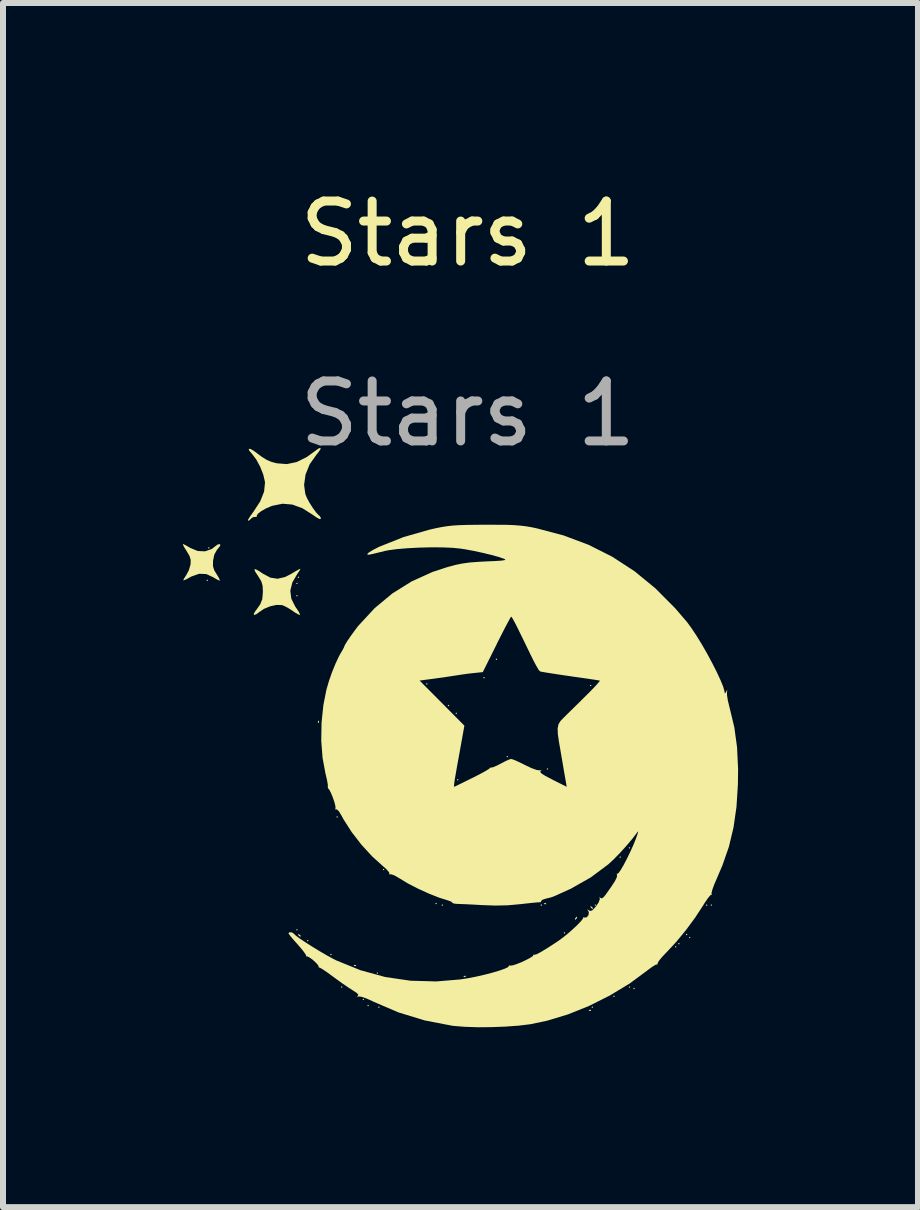
<source format=kicad_pcb>
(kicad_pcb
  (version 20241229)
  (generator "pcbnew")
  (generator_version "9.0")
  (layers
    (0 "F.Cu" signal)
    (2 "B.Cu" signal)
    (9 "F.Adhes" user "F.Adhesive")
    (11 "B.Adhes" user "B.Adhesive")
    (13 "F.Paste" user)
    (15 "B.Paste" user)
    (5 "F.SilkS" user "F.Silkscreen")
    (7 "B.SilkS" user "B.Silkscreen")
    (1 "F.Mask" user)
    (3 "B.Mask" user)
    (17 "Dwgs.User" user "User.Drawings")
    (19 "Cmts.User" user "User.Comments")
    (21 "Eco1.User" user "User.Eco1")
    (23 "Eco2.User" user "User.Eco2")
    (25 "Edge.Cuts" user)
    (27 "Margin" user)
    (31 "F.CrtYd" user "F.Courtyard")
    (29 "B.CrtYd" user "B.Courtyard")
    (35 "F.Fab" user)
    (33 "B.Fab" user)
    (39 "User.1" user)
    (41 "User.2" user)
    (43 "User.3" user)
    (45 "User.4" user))
  (footprint "Stars 1"
    (layer "F.Cu")
    (at 4.751 1.348)
    (property "Reference" "Stars 1" (at 0 -0.5 0) (unlocked yes) (layer "F.SilkS") (effects (font (size 1 1) (thickness 0.15))))
    (attr smd)
    (fp_poly (pts (xy -4.332 5.279) (xy -4.345 5.292) (xy -4.358 5.279) (xy -4.345 5.267)) (stroke (width 0) (type solid)) (fill yes) (layer "F.SilkS"))
    (fp_poly (pts (xy -4.306 4.738) (xy -4.319 4.751) (xy -4.332 4.738) (xy -4.319 4.725)) (stroke (width 0) (type solid)) (fill yes) (layer "F.SilkS"))
    (fp_poly (pts (xy -2.837 5.331) (xy -2.849 5.344) (xy -2.862 5.331) (xy -2.849 5.318)) (stroke (width 0) (type solid)) (fill yes) (layer "F.SilkS"))
    (fp_poly (pts (xy -2.837 5.537) (xy -2.849 5.55) (xy -2.862 5.537) (xy -2.849 5.524)) (stroke (width 0) (type solid)) (fill yes) (layer "F.SilkS"))
    (fp_poly (pts (xy -2.837 11.107) (xy -2.849 11.12) (xy -2.862 11.107) (xy -2.849 11.094)) (stroke (width 0) (type solid)) (fill yes) (layer "F.SilkS"))
    (fp_poly (pts (xy -2.811 5.228) (xy -2.824 5.241) (xy -2.837 5.228) (xy -2.824 5.215)) (stroke (width 0) (type solid)) (fill yes) (layer "F.SilkS"))
    (fp_poly (pts (xy -2.656 11.288) (xy -2.669 11.301) (xy -2.682 11.288) (xy -2.669 11.275)) (stroke (width 0) (type solid)) (fill yes) (layer "F.SilkS"))
    (fp_poly (pts (xy -2.269 11.52) (xy -2.282 11.533) (xy -2.295 11.52) (xy -2.282 11.507)) (stroke (width 0) (type solid)) (fill yes) (layer "F.SilkS"))
    (fp_poly (pts (xy -2.166 9.225) (xy -2.179 9.238) (xy -2.192 9.225) (xy -2.179 9.212)) (stroke (width 0) (type solid)) (fill yes) (layer "F.SilkS"))
    (fp_poly (pts (xy -2.089 12.061) (xy -2.102 12.074) (xy -2.115 12.061) (xy -2.102 12.049)) (stroke (width 0) (type solid)) (fill yes) (layer "F.SilkS"))
    (fp_poly (pts (xy -1.728 12.268) (xy -1.741 12.281) (xy -1.754 12.268) (xy -1.741 12.255)) (stroke (width 0) (type solid)) (fill yes) (layer "F.SilkS"))
    (fp_poly (pts (xy -1.65 12.371) (xy -1.663 12.384) (xy -1.676 12.371) (xy -1.663 12.358)) (stroke (width 0) (type solid)) (fill yes) (layer "F.SilkS"))
    (fp_poly (pts (xy -1.496 11.829) (xy -1.509 11.842) (xy -1.521 11.829) (xy -1.509 11.816)) (stroke (width 0) (type solid)) (fill yes) (layer "F.SilkS"))
    (fp_poly (pts (xy -1.47 12.397) (xy -1.483 12.41) (xy -1.496 12.397) (xy -1.483 12.384)) (stroke (width 0) (type solid)) (fill yes) (layer "F.SilkS"))
    (fp_poly (pts (xy -1.392 10.102) (xy -1.405 10.115) (xy -1.418 10.102) (xy -1.405 10.089)) (stroke (width 0) (type solid)) (fill yes) (layer "F.SilkS"))
    (fp_poly (pts (xy -0.67 7.007) (xy -0.683 7.02) (xy -0.696 7.007) (xy -0.683 6.994)) (stroke (width 0) (type solid)) (fill yes) (layer "F.SilkS"))
    (fp_poly (pts (xy -0.516 10.669) (xy -0.529 10.682) (xy -0.542 10.669) (xy -0.529 10.656)) (stroke (width 0) (type solid)) (fill yes) (layer "F.SilkS"))
    (fp_poly (pts (xy -0.413 10.695) (xy -0.425 10.708) (xy -0.438 10.695) (xy -0.425 10.682)) (stroke (width 0) (type solid)) (fill yes) (layer "F.SilkS"))
    (fp_poly (pts (xy -0.309 7.368) (xy -0.322 7.381) (xy -0.335 7.368) (xy -0.322 7.355)) (stroke (width 0) (type solid)) (fill yes) (layer "F.SilkS"))
    (fp_poly (pts (xy -0.181 7.497) (xy -0.193 7.51) (xy -0.206 7.497) (xy -0.193 7.484)) (stroke (width 0) (type solid)) (fill yes) (layer "F.SilkS"))
    (fp_poly (pts (xy -0.155 8.606) (xy -0.168 8.619) (xy -0.181 8.606) (xy -0.168 8.593)) (stroke (width 0) (type solid)) (fill yes) (layer "F.SilkS"))
    (fp_poly (pts (xy 0.284 6.904) (xy 0.271 6.917) (xy 0.258 6.904) (xy 0.271 6.891)) (stroke (width 0) (type solid)) (fill yes) (layer "F.SilkS"))
    (fp_poly (pts (xy 0.49 6.595) (xy 0.477 6.608) (xy 0.464 6.595) (xy 0.477 6.582)) (stroke (width 0) (type solid)) (fill yes) (layer "F.SilkS"))
    (fp_poly (pts (xy 0.67 8.219) (xy 0.658 8.232) (xy 0.645 8.219) (xy 0.658 8.206)) (stroke (width 0) (type solid)) (fill yes) (layer "F.SilkS"))
    (fp_poly (pts (xy 1.238 10.695) (xy 1.225 10.708) (xy 1.212 10.695) (xy 1.225 10.682)) (stroke (width 0) (type solid)) (fill yes) (layer "F.SilkS"))
    (fp_poly (pts (xy 1.341 8.425) (xy 1.328 8.438) (xy 1.315 8.425) (xy 1.328 8.413)) (stroke (width 0) (type solid)) (fill yes) (layer "F.SilkS"))
    (fp_poly (pts (xy 1.625 11.159) (xy 1.612 11.172) (xy 1.599 11.159) (xy 1.612 11.146)) (stroke (width 0) (type solid)) (fill yes) (layer "F.SilkS"))
    (fp_poly (pts (xy 2.063 7.033) (xy 2.05 7.046) (xy 2.037 7.033) (xy 2.05 7.02)) (stroke (width 0) (type solid)) (fill yes) (layer "F.SilkS"))
    (fp_poly (pts (xy 2.089 12.397) (xy 2.076 12.41) (xy 2.063 12.397) (xy 2.076 12.384)) (stroke (width 0) (type solid)) (fill yes) (layer "F.SilkS"))
    (fp_poly (pts (xy 2.14 10.695) (xy 2.127 10.708) (xy 2.115 10.695) (xy 2.127 10.682)) (stroke (width 0) (type solid)) (fill yes) (layer "F.SilkS"))
    (fp_poly (pts (xy 2.45 12.216) (xy 2.437 12.229) (xy 2.424 12.216) (xy 2.437 12.203)) (stroke (width 0) (type solid)) (fill yes) (layer "F.SilkS"))
    (fp_poly (pts (xy 2.553 9.895) (xy 2.54 9.908) (xy 2.527 9.895) (xy 2.54 9.882)) (stroke (width 0) (type solid)) (fill yes) (layer "F.SilkS"))
    (fp_poly (pts (xy 2.708 9.741) (xy 2.695 9.754) (xy 2.682 9.741) (xy 2.695 9.728)) (stroke (width 0) (type solid)) (fill yes) (layer "F.SilkS"))
    (fp_poly (pts (xy 2.708 12.061) (xy 2.695 12.074) (xy 2.682 12.061) (xy 2.695 12.049)) (stroke (width 0) (type solid)) (fill yes) (layer "F.SilkS"))
    (fp_poly (pts (xy 2.785 12.087) (xy 2.772 12.1) (xy 2.759 12.087) (xy 2.772 12.074)) (stroke (width 0) (type solid)) (fill yes) (layer "F.SilkS"))
    (fp_poly (pts (xy 3.481 11.391) (xy 3.468 11.404) (xy 3.455 11.391) (xy 3.468 11.378)) (stroke (width 0) (type solid)) (fill yes) (layer "F.SilkS"))
    (fp_poly (pts (xy 3.533 11.339) (xy 3.52 11.352) (xy 3.507 11.339) (xy 3.52 11.326)) (stroke (width 0) (type solid)) (fill yes) (layer "F.SilkS"))
    (fp_poly (pts (xy 3.662 11.185) (xy 3.649 11.198) (xy 3.636 11.185) (xy 3.649 11.172)) (stroke (width 0) (type solid)) (fill yes) (layer "F.SilkS"))
    (fp_poly (pts (xy 3.713 11.236) (xy 3.7 11.249) (xy 3.688 11.236) (xy 3.7 11.223)) (stroke (width 0) (type solid)) (fill yes) (layer "F.SilkS"))
    (fp_poly (pts (xy 3.997 10.695) (xy 3.984 10.708) (xy 3.971 10.695) (xy 3.984 10.682)) (stroke (width 0) (type solid)) (fill yes) (layer "F.SilkS"))
    (fp_poly (pts (xy 4.074 10.695) (xy 4.061 10.708) (xy 4.049 10.695) (xy 4.061 10.682)) (stroke (width 0) (type solid)) (fill yes) (layer "F.SilkS"))
    (fp_poly (pts (xy -2.484 7.622) (xy -2.481 7.652) (xy -2.484 7.656) (xy -2.499 7.653) (xy -2.501 7.639) (xy -2.492 7.618)) (stroke (width 0) (type solid)) (fill yes) (layer "F.SilkS"))
    (fp_poly (pts (xy -1.865 11.696) (xy -1.869 11.711) (xy -1.882 11.713) (xy -1.904 11.704) (xy -1.9 11.696) (xy -1.869 11.693)) (stroke (width 0) (type solid)) (fill yes) (layer "F.SilkS"))
    (fp_poly (pts (xy -0.034 11.877) (xy -0.038 11.892) (xy -0.052 11.894) (xy -0.073 11.884) (xy -0.069 11.877) (xy -0.038 11.874)) (stroke (width 0) (type solid)) (fill yes) (layer "F.SilkS"))
    (fp_poly (pts (xy 1.307 10.665) (xy 1.303 10.68) (xy 1.289 10.682) (xy 1.268 10.672) (xy 1.272 10.665) (xy 1.303 10.662)) (stroke (width 0) (type solid)) (fill yes) (layer "F.SilkS"))
    (fp_poly (pts (xy 2.054 12.444) (xy 2.051 12.459) (xy 2.037 12.461) (xy 2.016 12.452) (xy 2.02 12.444) (xy 2.051 12.441)) (stroke (width 0) (type solid)) (fill yes) (layer "F.SilkS"))
    (fp_poly (pts (xy -2.815 11.182) (xy -2.787 11.206) (xy -2.785 11.212) (xy -2.797 11.223) (xy -2.823 11.199) (xy -2.826 11.194) (xy -2.829 11.176)) (stroke (width 0) (type solid)) (fill yes) (layer "F.SilkS"))
    (fp_poly (pts (xy 2.059 10.718) (xy 2.086 10.742) (xy 2.089 10.748) (xy 2.076 10.758) (xy 2.051 10.735) (xy 2.048 10.729) (xy 2.045 10.712)) (stroke (width 0) (type solid)) (fill yes) (layer "F.SilkS"))
    (fp_poly (pts (xy 1.823 10.905) (xy 1.818 10.914) (xy 1.794 10.939) (xy 1.789 10.94) (xy 1.787 10.923) (xy 1.792 10.914) (xy 1.816 10.889) (xy 1.821 10.888)) (stroke (width 0) (type solid)) (fill yes) (layer "F.SilkS"))
    (fp_poly (pts (xy -4.719 4.687) (xy -4.661 4.719) (xy -4.629 4.739) (xy -4.506 4.79) (xy -4.383 4.796) (xy -4.272 4.758) (xy -4.212 4.712) (xy -4.168 4.68) (xy -4.134 4.676) (xy -4.126 4.691) (xy -4.142 4.721) (xy -4.18 4.767) (xy -4.181 4.768) (xy -4.227 4.849) (xy -4.248 4.95) (xy -4.25 5.04) (xy -4.229 5.111) (xy -4.191 5.173) (xy -4.154 5.234) (xy -4.135 5.275) (xy -4.134 5.284) (xy -4.16 5.277) (xy -4.213 5.248) (xy -4.243 5.229) (xy -4.36 5.175) (xy -4.48 5.17) (xy -4.608 5.215) (xy -4.633 5.229) (xy -4.696 5.263) (xy -4.737 5.28) (xy -4.745 5.278) (xy -4.731 5.248) (xy -4.698 5.196) (xy -4.691 5.186) (xy -4.65 5.106) (xy -4.624 5.016) (xy -4.623 5.009) (xy -4.621 4.939) (xy -4.64 4.874) (xy -4.687 4.794) (xy -4.689 4.791) (xy -4.729 4.728) (xy -4.751 4.685) (xy -4.75 4.674)) (stroke (width 0) (type solid)) (fill yes) (layer "F.SilkS"))
    (fp_poly (pts (xy -2.798 5.104) (xy -2.827 5.149) (xy -2.842 5.17) (xy -2.926 5.314) (xy -2.96 5.452) (xy -2.943 5.587) (xy -2.876 5.72) (xy -2.865 5.735) (xy -2.823 5.798) (xy -2.799 5.843) (xy -2.798 5.856) (xy -2.824 5.849) (xy -2.878 5.819) (xy -2.922 5.788) (xy -2.999 5.739) (xy -3.071 5.702) (xy -3.099 5.692) (xy -3.188 5.689) (xy -3.294 5.712) (xy -3.399 5.755) (xy -3.463 5.798) (xy -3.525 5.843) (xy -3.563 5.858) (xy -3.571 5.842) (xy -3.549 5.802) (xy -3.5 5.735) (xy -3.462 5.68) (xy -3.427 5.593) (xy -3.417 5.47) (xy -3.422 5.371) (xy -3.444 5.296) (xy -3.492 5.216) (xy -3.5 5.204) (xy -3.547 5.132) (xy -3.559 5.096) (xy -3.535 5.095) (xy -3.475 5.129) (xy -3.419 5.167) (xy -3.294 5.234) (xy -3.173 5.253) (xy -3.046 5.224) (xy -2.942 5.17) (xy -2.869 5.126) (xy -2.815 5.096) (xy -2.793 5.086)) (stroke (width 0) (type solid)) (fill yes) (layer "F.SilkS"))
    (fp_poly (pts (xy -2.457 3.094) (xy -2.496 3.15) (xy -2.524 3.184) (xy -2.637 3.344) (xy -2.706 3.515) (xy -2.73 3.688) (xy -2.71 3.838) (xy -2.684 3.904) (xy -2.639 3.987) (xy -2.584 4.073) (xy -2.53 4.147) (xy -2.485 4.195) (xy -2.47 4.205) (xy -2.452 4.235) (xy -2.45 4.251) (xy -2.468 4.259) (xy -2.521 4.232) (xy -2.585 4.187) (xy -2.759 4.077) (xy -2.926 4.016) (xy -3.09 4.002) (xy -3.257 4.036) (xy -3.273 4.041) (xy -3.363 4.079) (xy -3.442 4.124) (xy -3.498 4.167) (xy -3.521 4.202) (xy -3.519 4.211) (xy -3.524 4.224) (xy -3.54 4.221) (xy -3.584 4.227) (xy -3.609 4.247) (xy -3.647 4.28) (xy -3.667 4.287) (xy -3.664 4.268) (xy -3.635 4.22) (xy -3.586 4.151) (xy -3.576 4.138) (xy -3.462 3.963) (xy -3.397 3.8) (xy -3.382 3.649) (xy -3.384 3.633) (xy -3.411 3.515) (xy -3.463 3.384) (xy -3.529 3.262) (xy -3.599 3.17) (xy -3.599 3.17) (xy -3.646 3.115) (xy -3.653 3.087) (xy -3.624 3.088) (xy -3.566 3.122) (xy -3.539 3.142) (xy -3.435 3.22) (xy -3.351 3.272) (xy -3.272 3.305) (xy -3.184 3.328) (xy -3.018 3.341) (xy -2.854 3.307) (xy -2.688 3.225) (xy -2.559 3.132) (xy -2.491 3.082) (xy -2.456 3.07)) (stroke (width 0) (type solid)) (fill yes) (layer "F.SilkS"))
    (fp_poly (pts (xy 0.493 4.353) (xy 0.648 4.354) (xy 0.772 4.359) (xy 0.875 4.367) (xy 0.969 4.378) (xy 1.062 4.394) (xy 1.144 4.411) (xy 1.595 4.53) (xy 2.016 4.688) (xy 2.409 4.886) (xy 2.779 5.127) (xy 3.128 5.413) (xy 3.459 5.746) (xy 3.653 5.972) (xy 3.728 6.074) (xy 3.813 6.202) (xy 3.903 6.348) (xy 3.992 6.504) (xy 4.077 6.662) (xy 4.153 6.812) (xy 4.215 6.946) (xy 4.26 7.056) (xy 4.281 7.134) (xy 4.282 7.146) (xy 4.288 7.168) (xy 4.305 7.143) (xy 4.309 7.136) (xy 4.326 7.104) (xy 4.326 7.118) (xy 4.321 7.147) (xy 4.323 7.2) (xy 4.337 7.286) (xy 4.362 7.389) (xy 4.371 7.424) (xy 4.445 7.734) (xy 4.49 8.065) (xy 4.507 8.425) (xy 4.504 8.683) (xy 4.48 9.059) (xy 4.431 9.4) (xy 4.354 9.722) (xy 4.245 10.035) (xy 4.152 10.252) (xy 4.109 10.352) (xy 4.078 10.437) (xy 4.064 10.494) (xy 4.065 10.509) (xy 4.07 10.527) (xy 4.062 10.522) (xy 4.041 10.534) (xy 4.002 10.583) (xy 3.95 10.658) (xy 3.92 10.707) (xy 3.791 10.904) (xy 3.639 11.11) (xy 3.477 11.307) (xy 3.32 11.476) (xy 3.304 11.492) (xy 3.235 11.565) (xy 3.186 11.626) (xy 3.164 11.665) (xy 3.164 11.673) (xy 3.167 11.688) (xy 3.16 11.683) (xy 3.133 11.689) (xy 3.077 11.723) (xy 3.005 11.776) (xy 2.995 11.784) (xy 2.697 12.004) (xy 2.369 12.202) (xy 2.023 12.376) (xy 1.669 12.518) (xy 1.319 12.624) (xy 1.041 12.682) (xy 0.851 12.705) (xy 0.632 12.721) (xy 0.4 12.73) (xy 0.17 12.732) (xy -0.044 12.725) (xy -0.225 12.711) (xy -0.264 12.706) (xy -0.72 12.618) (xy -1.158 12.484) (xy -1.573 12.306) (xy -1.593 12.296) (xy -1.693 12.251) (xy -1.773 12.224) (xy -1.822 12.218) (xy -1.823 12.219) (xy -1.852 12.225) (xy -1.835 12.209) (xy -1.826 12.188) (xy -1.854 12.158) (xy -1.921 12.115) (xy -1.994 12.068) (xy -2.093 12) (xy -2.2 11.923) (xy -2.257 11.881) (xy -2.346 11.816) (xy -2.42 11.766) (xy -2.468 11.738) (xy -2.483 11.735) (xy -2.488 11.733) (xy -2.486 11.723) (xy -2.499 11.693) (xy -2.539 11.65) (xy -2.591 11.603) (xy -2.643 11.566) (xy -2.68 11.549) (xy -2.688 11.553) (xy -2.695 11.553) (xy -2.693 11.544) (xy -2.707 11.513) (xy -2.748 11.456) (xy -2.81 11.382) (xy -2.838 11.35) (xy -2.906 11.274) (xy -2.959 11.211) (xy -2.987 11.172) (xy -2.99 11.165) (xy -2.973 11.148) (xy -2.935 11.15) (xy -2.902 11.171) (xy -2.9 11.174) (xy -2.867 11.205) (xy -2.799 11.255) (xy -2.704 11.318) (xy -2.593 11.389) (xy -2.475 11.461) (xy -2.359 11.529) (xy -2.255 11.586) (xy -2.192 11.618) (xy -1.79 11.781) (xy -1.379 11.894) (xy -0.957 11.956) (xy -0.526 11.968) (xy -0.129 11.935) (xy 0.000187 11.915) (xy 0.139 11.888) (xy 0.278 11.856) (xy 0.409 11.822) (xy 0.524 11.788) (xy 0.613 11.757) (xy 0.669 11.731) (xy 0.683 11.713) (xy 0.692 11.701) (xy 0.716 11.704) (xy 0.754 11.699) (xy 0.817 11.678) (xy 0.895 11.647) (xy 0.973 11.61) (xy 1.041 11.574) (xy 1.085 11.545) (xy 1.094 11.528) (xy 1.093 11.527) (xy 1.091 11.521) (xy 1.104 11.524) (xy 1.141 11.517) (xy 1.209 11.483) (xy 1.312 11.421) (xy 1.453 11.33) (xy 1.516 11.288) (xy 1.592 11.232) (xy 1.677 11.163) (xy 1.76 11.089) (xy 1.834 11.019) (xy 1.89 10.96) (xy 1.919 10.922) (xy 1.92 10.912) (xy 1.926 10.899) (xy 1.944 10.903) (xy 1.985 10.898) (xy 2.013 10.861) (xy 2.018 10.812) (xy 2.004 10.784) (xy 1.986 10.762) (xy 2.005 10.773) (xy 2.015 10.781) (xy 2.046 10.794) (xy 2.079 10.78) (xy 2.126 10.73) (xy 2.136 10.718) (xy 2.181 10.652) (xy 2.201 10.597) (xy 2.2 10.582) (xy 2.195 10.556) (xy 2.211 10.574) (xy 2.235 10.585) (xy 2.268 10.559) (xy 2.298 10.522) (xy 2.391 10.391) (xy 2.453 10.296) (xy 2.485 10.231) (xy 2.489 10.193) (xy 2.487 10.189) (xy 2.482 10.17) (xy 2.494 10.174) (xy 2.515 10.159) (xy 2.552 10.106) (xy 2.6 10.024) (xy 2.653 9.922) (xy 2.708 9.809) (xy 2.76 9.695) (xy 2.803 9.588) (xy 2.808 9.573) (xy 2.834 9.498) (xy 2.841 9.467) (xy 2.831 9.474) (xy 2.816 9.495) (xy 2.744 9.589) (xy 2.648 9.703) (xy 2.54 9.822) (xy 2.434 9.931) (xy 2.342 10.016) (xy 2.342 10.016) (xy 2.051 10.233) (xy 1.716 10.423) (xy 1.457 10.54) (xy 1.418 10.556) (xy 1.388 10.566) (xy 1.344 10.577) (xy 1.296 10.589) (xy 1.243 10.607) (xy 1.223 10.627) (xy 1.224 10.629) (xy 1.217 10.646) (xy 1.205 10.647) (xy 1.168 10.649) (xy 1.091 10.656) (xy 0.987 10.667) (xy 0.88 10.679) (xy 0.673 10.698) (xy 0.463 10.703) (xy 0.236 10.695) (xy 0.1 10.687) (xy -0.023 10.681) (xy -0.12 10.677) (xy -0.18 10.675) (xy -0.187 10.675) (xy -0.238 10.668) (xy -0.258 10.655) (xy -0.28 10.636) (xy -0.329 10.618) (xy -0.476 10.572) (xy -0.648 10.504) (xy -0.83 10.421) (xy -1.004 10.331) (xy -1.154 10.24) (xy -1.156 10.239) (xy -1.224 10.2) (xy -1.277 10.181) (xy -1.295 10.183) (xy -1.311 10.184) (xy -1.306 10.173) (xy -1.316 10.144) (xy -1.358 10.096) (xy -1.412 10.048) (xy -1.595 9.883) (xy -1.774 9.688) (xy -1.937 9.477) (xy -2.071 9.268) (xy -2.105 9.205) (xy -2.148 9.133) (xy -2.183 9.099) (xy -2.197 9.099) (xy -2.213 9.101) (xy -2.207 9.086) (xy -2.207 9.049) (xy -2.223 8.983) (xy -2.25 8.903) (xy -2.281 8.827) (xy -2.31 8.771) (xy -2.327 8.752) (xy -2.336 8.727) (xy -2.334 8.723) (xy -2.334 8.689) (xy -2.346 8.62) (xy -2.367 8.527) (xy -2.374 8.499) (xy -2.422 8.241) (xy -2.444 7.954) (xy -2.439 7.654) (xy -2.408 7.356) (xy -2.358 7.104) (xy -2.317 6.963) (xy -2.313 6.951) (xy -0.804 6.951) (xy -0.43 7.327) (xy -0.057 7.703) (xy -0.143 8.181) (xy -0.176 8.362) (xy -0.2 8.499) (xy -0.217 8.597) (xy -0.226 8.663) (xy -0.23 8.701) (xy -0.229 8.719) (xy -0.226 8.722) (xy -0.201 8.711) (xy -0.14 8.681) (xy -0.05 8.637) (xy 0.061 8.582) (xy 0.086 8.57) (xy 0.197 8.513) (xy 0.286 8.465) (xy 0.347 8.428) (xy 0.371 8.409) (xy 0.37 8.407) (xy 0.368 8.401) (xy 0.381 8.404) (xy 0.42 8.396) (xy 0.487 8.368) (xy 0.551 8.335) (xy 0.629 8.294) (xy 0.693 8.266) (xy 0.722 8.258) (xy 0.76 8.269) (xy 0.83 8.299) (xy 0.92 8.342) (xy 0.957 8.361) (xy 1.065 8.412) (xy 1.149 8.442) (xy 1.201 8.449) (xy 1.204 8.449) (xy 1.233 8.442) (xy 1.217 8.457) (xy 1.214 8.459) (xy 1.208 8.477) (xy 1.233 8.503) (xy 1.295 8.542) (xy 1.399 8.596) (xy 1.413 8.604) (xy 1.649 8.722) (xy 1.637 8.651) (xy 1.627 8.594) (xy 1.611 8.502) (xy 1.592 8.392) (xy 1.585 8.348) (xy 1.563 8.223) (xy 1.542 8.098) (xy 1.524 7.995) (xy 1.52 7.974) (xy 1.501 7.842) (xy 1.498 7.748) (xy 1.512 7.68) (xy 1.544 7.627) (xy 1.557 7.613) (xy 1.596 7.573) (xy 1.664 7.505) (xy 1.754 7.417) (xy 1.857 7.316) (xy 1.92 7.253) (xy 2.02 7.154) (xy 2.103 7.069) (xy 2.164 7.002) (xy 2.197 6.962) (xy 2.201 6.951) (xy 2.169 6.946) (xy 2.095 6.934) (xy 1.987 6.918) (xy 1.853 6.899) (xy 1.706 6.878) (xy 1.555 6.856) (xy 1.42 6.835) (xy 1.311 6.818) (xy 1.235 6.805) (xy 1.203 6.797) (xy 1.18 6.77) (xy 1.142 6.705) (xy 1.094 6.615) (xy 1.054 6.534) (xy 0.957 6.334) (xy 0.88 6.176) (xy 0.821 6.056) (xy 0.778 5.972) (xy 0.748 5.918) (xy 0.73 5.891) (xy 0.723 5.885) (xy 0.708 5.907) (xy 0.674 5.969) (xy 0.624 6.063) (xy 0.563 6.182) (xy 0.493 6.32) (xy 0.48 6.348) (xy 0.25 6.81) (xy 0.093 6.826) (xy -0.02 6.839) (xy -0.136 6.856) (xy -0.193 6.865) (xy -0.279 6.878) (xy -0.395 6.896) (xy -0.521 6.913) (xy -0.563 6.919) (xy -0.804 6.951) (xy -2.313 6.951) (xy -2.264 6.811) (xy -2.205 6.666) (xy -2.148 6.545) (xy -2.122 6.498) (xy -2.086 6.437) (xy -2.065 6.397) (xy -2.063 6.39) (xy -2.049 6.357) (xy -2.011 6.294) (xy -1.957 6.215) (xy -1.895 6.129) (xy -1.834 6.048) (xy -1.819 6.03) (xy -1.551 5.741) (xy -1.258 5.498) (xy -0.938 5.298) (xy -0.59 5.14) (xy -0.342 5.059) (xy -0.209 5.023) (xy -0.091 4.999) (xy 0.032 4.982) (xy 0.176 4.971) (xy 0.305 4.964) (xy 0.449 4.958) (xy 0.546 4.952) (xy 0.603 4.945) (xy 0.626 4.937) (xy 0.619 4.927) (xy 0.602 4.919) (xy 0.516 4.89) (xy 0.394 4.856) (xy 0.249 4.821) (xy 0.096 4.788) (xy -0.051 4.761) (xy -0.123 4.75) (xy -0.257 4.737) (xy -0.426 4.73) (xy -0.615 4.729) (xy -0.812 4.734) (xy -1.003 4.744) (xy -1.176 4.758) (xy -1.318 4.777) (xy -1.38 4.789) (xy -1.478 4.813) (xy -1.564 4.834) (xy -1.618 4.846) (xy -1.618 4.847) (xy -1.669 4.853) (xy -1.677 4.841) (xy -1.647 4.813) (xy -1.581 4.773) (xy -1.484 4.723) (xy -1.463 4.714) (xy -1.072 4.558) (xy -0.645 4.436) (xy -0.541 4.412) (xy -0.442 4.392) (xy -0.348 4.377) (xy -0.251 4.366) (xy -0.139 4.359) (xy -0.003 4.355) (xy 0.169 4.353) (xy 0.297 4.352)) (stroke (width 0) (type solid)) (fill yes) (layer "F.SilkS"))
    (fp_text user "${REFERENCE}" (at 0 2.5 0) (unlocked yes) (layer "F.Fab") (effects (font (size 1 1) (thickness 0.15)))))
  (gr_rect
    (start -3 -3)
    (end 12.258 17.08)
    (stroke (width 0.1) (type default))
    (fill no)
    (layer "Edge.Cuts")))
</source>
